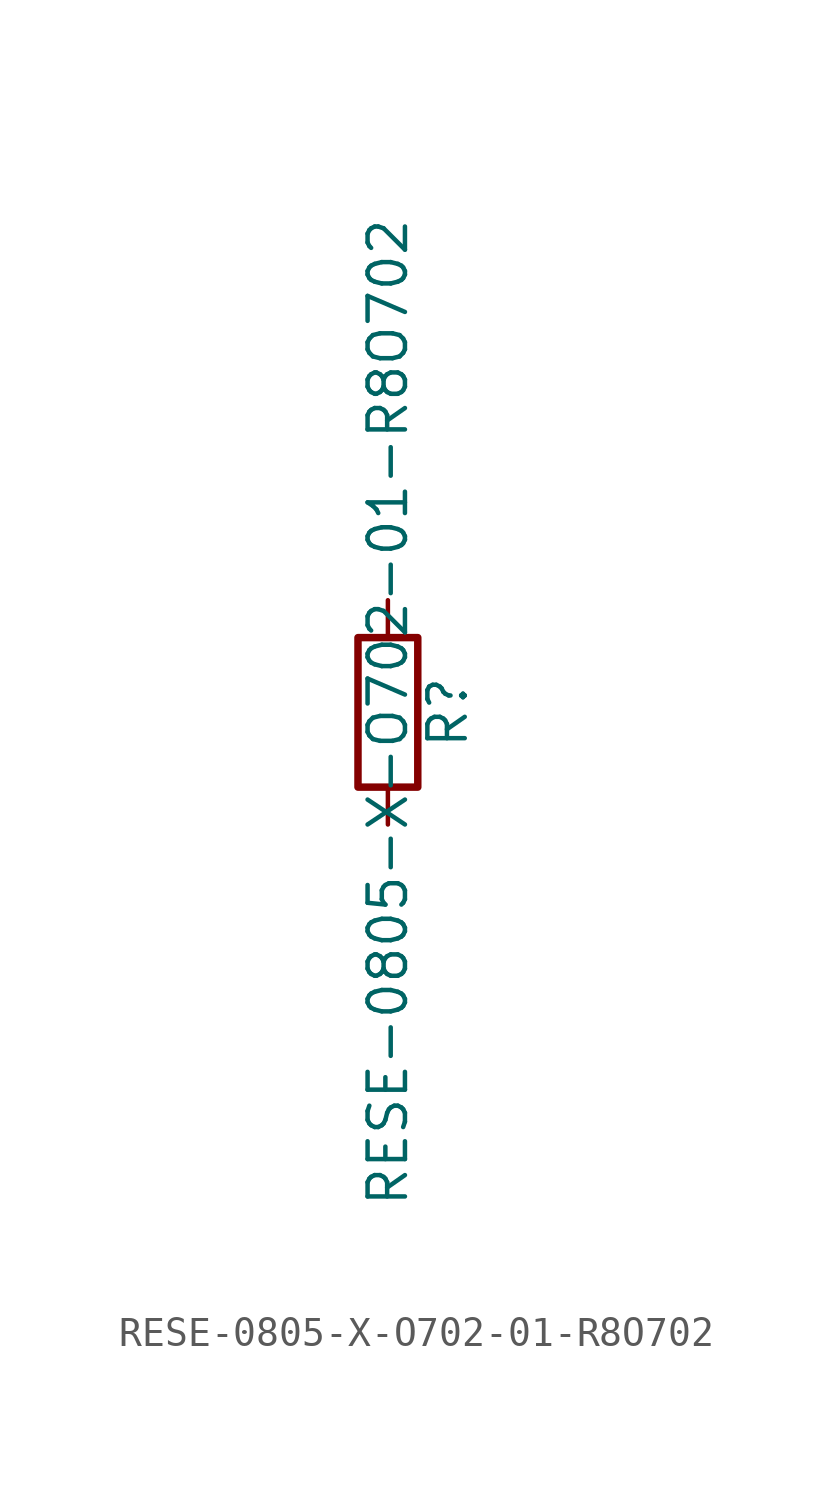
<source format=kicad_sym>
(kicad_symbol_lib
  (version 20211014)
  (generator kicad_symbol_editor)
  (symbol "RESE-0805-X-O702-01-R8O702"
    (pin_numbers hide)
    (pin_names
      (offset 0))
    (property "Reference" "R"
      (at 2.032 0 90)
      (effects (font (size 1.27 1.27))))
    (property "Value" "RESE-0805-X-O702-01-R8O702"
      (at 0 0 90)
      (effects (font (size 1.27 1.27))))
    (symbol "RESE-0805-X-O702-01-R8O702_0_1"
      (rectangle (start -1.016 -2.54) (end 1.016 2.54) (stroke (width 0.254) (type default) (color 0 0 0 0)) (fill (type none))))
    (symbol "RESE-0805-X-O702-01-R8O702_1_1"
      (pin passive line (at 0 3.81 270) (length 1.27) (name "~" (effects (font (size 1.27 1.27)))) (number "1" (effects (font (size 1.27 1.27)))))
      (pin passive line (at 0 -3.81 90) (length 1.27) (name "~" (effects (font (size 1.27 1.27)))) (number "2" (effects (font (size 1.27 1.27))))))))
</source>
